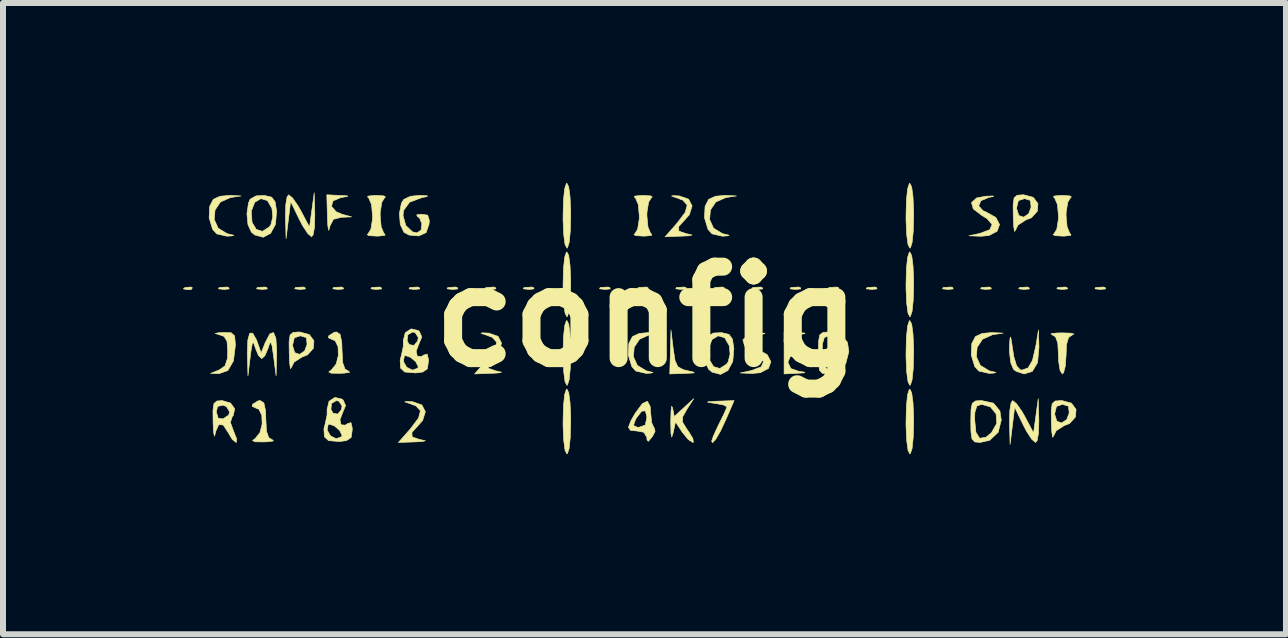
<source format=kicad_pcb>
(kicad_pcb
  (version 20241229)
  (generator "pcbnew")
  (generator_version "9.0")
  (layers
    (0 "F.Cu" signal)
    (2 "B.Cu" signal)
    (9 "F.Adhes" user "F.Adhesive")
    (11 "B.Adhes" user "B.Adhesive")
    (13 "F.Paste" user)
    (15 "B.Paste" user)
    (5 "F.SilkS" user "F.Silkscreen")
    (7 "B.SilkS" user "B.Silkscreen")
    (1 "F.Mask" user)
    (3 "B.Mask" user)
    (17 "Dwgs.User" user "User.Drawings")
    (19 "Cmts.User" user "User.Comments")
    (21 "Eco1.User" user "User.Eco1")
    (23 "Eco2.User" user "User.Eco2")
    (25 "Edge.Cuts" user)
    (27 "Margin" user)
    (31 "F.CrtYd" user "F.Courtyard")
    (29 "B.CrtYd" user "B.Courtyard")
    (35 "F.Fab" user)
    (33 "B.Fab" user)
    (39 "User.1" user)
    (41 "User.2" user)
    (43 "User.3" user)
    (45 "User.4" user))
  (footprint "config"
    (layer "F.Cu")
    (at 7.73 2.228)
    (property "Reference" "config" (at 0 0 0) (layer "F.SilkS") (effects (font (size 1.524 1.524) (thickness 0.3))))
    (attr through_hole)
    (fp_poly (pts (xy -7.574 -0.483) (xy -7.593 -0.454) (xy -7.657 -0.45) (xy -7.725 -0.465) (xy -7.695 -0.488) (xy -7.596 -0.495) (xy -7.574 -0.483)) (stroke (width 0.01) (type solid)) (fill yes) (layer "F.SilkS"))
    (fp_poly (pts (xy -6.969 -0.487) (xy -6.961 -0.463) (xy -7.048 -0.455) (xy -7.139 -0.465) (xy -7.128 -0.487) (xy -6.998 -0.495) (xy -6.969 -0.487)) (stroke (width 0.01) (type solid)) (fill yes) (layer "F.SilkS"))
    (fp_poly (pts (xy -6.334 -0.487) (xy -6.326 -0.463) (xy -6.413 -0.455) (xy -6.504 -0.465) (xy -6.493 -0.487) (xy -6.363 -0.495) (xy -6.334 -0.487)) (stroke (width 0.01) (type solid)) (fill yes) (layer "F.SilkS"))
    (fp_poly (pts (xy -5.699 -0.487) (xy -5.691 -0.463) (xy -5.779 -0.455) (xy -5.869 -0.465) (xy -5.858 -0.487) (xy -5.728 -0.495) (xy -5.699 -0.487)) (stroke (width 0.01) (type solid)) (fill yes) (layer "F.SilkS"))
    (fp_poly (pts (xy -5.064 -0.487) (xy -5.056 -0.463) (xy -5.144 -0.455) (xy -5.234 -0.465) (xy -5.223 -0.487) (xy -5.093 -0.495) (xy -5.064 -0.487)) (stroke (width 0.01) (type solid)) (fill yes) (layer "F.SilkS"))
    (fp_poly (pts (xy -4.429 -0.487) (xy -4.421 -0.463) (xy -4.508 -0.455) (xy -4.599 -0.465) (xy -4.588 -0.487) (xy -4.458 -0.495) (xy -4.429 -0.487)) (stroke (width 0.01) (type solid)) (fill yes) (layer "F.SilkS"))
    (fp_poly (pts (xy -3.794 -0.487) (xy -3.786 -0.463) (xy -3.873 -0.455) (xy -3.964 -0.465) (xy -3.953 -0.487) (xy -3.823 -0.495) (xy -3.794 -0.487)) (stroke (width 0.01) (type solid)) (fill yes) (layer "F.SilkS"))
    (fp_poly (pts (xy -3.159 -0.487) (xy -3.151 -0.463) (xy -3.239 -0.455) (xy -3.329 -0.465) (xy -3.318 -0.487) (xy -3.188 -0.495) (xy -3.159 -0.487)) (stroke (width 0.01) (type solid)) (fill yes) (layer "F.SilkS"))
    (fp_poly (pts (xy -2.524 -0.487) (xy -2.516 -0.463) (xy -2.603 -0.455) (xy -2.694 -0.465) (xy -2.683 -0.487) (xy -2.553 -0.495) (xy -2.524 -0.487)) (stroke (width 0.01) (type solid)) (fill yes) (layer "F.SilkS"))
    (fp_poly (pts (xy -1.889 -0.487) (xy -1.881 -0.463) (xy -1.968 -0.455) (xy -2.059 -0.465) (xy -2.048 -0.487) (xy -1.918 -0.495) (xy -1.889 -0.487)) (stroke (width 0.01) (type solid)) (fill yes) (layer "F.SilkS"))
    (fp_poly (pts (xy -0.619 -0.487) (xy -0.611 -0.463) (xy -0.699 -0.455) (xy -0.789 -0.465) (xy -0.778 -0.487) (xy -0.648 -0.495) (xy -0.619 -0.487)) (stroke (width 0.01) (type solid)) (fill yes) (layer "F.SilkS"))
    (fp_poly (pts (xy 0.016 -0.487) (xy 0.024 -0.463) (xy -0.064 -0.455) (xy -0.154 -0.465) (xy -0.143 -0.487) (xy -0.013 -0.495) (xy 0.016 -0.487)) (stroke (width 0.01) (type solid)) (fill yes) (layer "F.SilkS"))
    (fp_poly (pts (xy 0.651 -0.487) (xy 0.659 -0.463) (xy 0.572 -0.455) (xy 0.481 -0.465) (xy 0.492 -0.487) (xy 0.622 -0.495) (xy 0.651 -0.487)) (stroke (width 0.01) (type solid)) (fill yes) (layer "F.SilkS"))
    (fp_poly (pts (xy 1.286 -0.487) (xy 1.294 -0.463) (xy 1.206 -0.455) (xy 1.116 -0.465) (xy 1.127 -0.487) (xy 1.257 -0.495) (xy 1.286 -0.487)) (stroke (width 0.01) (type solid)) (fill yes) (layer "F.SilkS"))
    (fp_poly (pts (xy 1.921 -0.487) (xy 1.929 -0.463) (xy 1.841 -0.455) (xy 1.751 -0.465) (xy 1.762 -0.487) (xy 1.892 -0.495) (xy 1.921 -0.487)) (stroke (width 0.01) (type solid)) (fill yes) (layer "F.SilkS"))
    (fp_poly (pts (xy 2.556 -0.487) (xy 2.564 -0.463) (xy 2.477 -0.455) (xy 2.386 -0.465) (xy 2.397 -0.487) (xy 2.527 -0.495) (xy 2.556 -0.487)) (stroke (width 0.01) (type solid)) (fill yes) (layer "F.SilkS"))
    (fp_poly (pts (xy 3.191 -0.487) (xy 3.199 -0.463) (xy 3.111 -0.455) (xy 3.021 -0.465) (xy 3.032 -0.487) (xy 3.162 -0.495) (xy 3.191 -0.487)) (stroke (width 0.01) (type solid)) (fill yes) (layer "F.SilkS"))
    (fp_poly (pts (xy 3.826 -0.487) (xy 3.834 -0.463) (xy 3.747 -0.455) (xy 3.656 -0.465) (xy 3.667 -0.487) (xy 3.797 -0.495) (xy 3.826 -0.487)) (stroke (width 0.01) (type solid)) (fill yes) (layer "F.SilkS"))
    (fp_poly (pts (xy 5.096 -0.487) (xy 5.104 -0.463) (xy 5.016 -0.455) (xy 4.926 -0.465) (xy 4.937 -0.487) (xy 5.067 -0.495) (xy 5.096 -0.487)) (stroke (width 0.01) (type solid)) (fill yes) (layer "F.SilkS"))
    (fp_poly (pts (xy 5.731 -0.487) (xy 5.739 -0.463) (xy 5.652 -0.455) (xy 5.561 -0.465) (xy 5.572 -0.487) (xy 5.702 -0.495) (xy 5.731 -0.487)) (stroke (width 0.01) (type solid)) (fill yes) (layer "F.SilkS"))
    (fp_poly (pts (xy 6.366 -0.487) (xy 6.374 -0.463) (xy 6.287 -0.455) (xy 6.196 -0.465) (xy 6.207 -0.487) (xy 6.337 -0.495) (xy 6.366 -0.487)) (stroke (width 0.01) (type solid)) (fill yes) (layer "F.SilkS"))
    (fp_poly (pts (xy 7.001 -0.487) (xy 7.009 -0.463) (xy 6.921 -0.455) (xy 6.831 -0.465) (xy 6.842 -0.487) (xy 6.972 -0.495) (xy 7.001 -0.487)) (stroke (width 0.01) (type solid)) (fill yes) (layer "F.SilkS"))
    (fp_poly (pts (xy 7.636 -0.487) (xy 7.644 -0.463) (xy 7.556 -0.455) (xy 7.466 -0.465) (xy 7.477 -0.487) (xy 7.607 -0.495) (xy 7.636 -0.487)) (stroke (width 0.01) (type solid)) (fill yes) (layer "F.SilkS"))
    (fp_poly (pts (xy 0.439 0.539) (xy 0.469 0.731) (xy 0.515 0.832) (xy 0.602 0.881) (xy 0.667 0.897) (xy 0.782 0.924) (xy 0.787 0.936) (xy 0.674 0.943) (xy 0.619 0.945) (xy 0.381 0.953) (xy 0.401 0.222) (xy 0.439 0.539)) (stroke (width 0.01) (type solid)) (fill yes) (layer "F.SilkS"))
    (fp_poly (pts (xy -1.303 -2.163) (xy -1.281 -1.999) (xy -1.27 -1.752) (xy -1.27 -1.683) (xy -1.277 -1.42) (xy -1.296 -1.234) (xy -1.325 -1.147) (xy -1.333 -1.143) (xy -1.364 -1.203) (xy -1.386 -1.367) (xy -1.397 -1.613) (xy -1.397 -1.683) (xy -1.39 -1.946) (xy -1.371 -2.132) (xy -1.342 -2.219) (xy -1.333 -2.223) (xy -1.303 -2.163)) (stroke (width 0.01) (type solid)) (fill yes) (layer "F.SilkS"))
    (fp_poly (pts (xy -1.303 -1.02) (xy -1.281 -0.856) (xy -1.27 -0.609) (xy -1.27 -0.54) (xy -1.277 -0.277) (xy -1.296 -0.091) (xy -1.325 -0.004) (xy -1.333 0) (xy -1.364 -0.06) (xy -1.386 -0.224) (xy -1.397 -0.47) (xy -1.397 -0.54) (xy -1.39 -0.803) (xy -1.371 -0.989) (xy -1.342 -1.076) (xy -1.333 -1.079) (xy -1.303 -1.02)) (stroke (width 0.01) (type solid)) (fill yes) (layer "F.SilkS"))
    (fp_poly (pts (xy -1.303 0.123) (xy -1.281 0.287) (xy -1.27 0.534) (xy -1.27 0.603) (xy -1.277 0.866) (xy -1.296 1.052) (xy -1.325 1.139) (xy -1.333 1.143) (xy -1.364 1.083) (xy -1.386 0.919) (xy -1.397 0.673) (xy -1.397 0.603) (xy -1.39 0.34) (xy -1.371 0.154) (xy -1.342 0.067) (xy -1.333 0.064) (xy -1.303 0.123)) (stroke (width 0.01) (type solid)) (fill yes) (layer "F.SilkS"))
    (fp_poly (pts (xy -1.303 1.266) (xy -1.281 1.43) (xy -1.27 1.677) (xy -1.27 1.746) (xy -1.277 2.009) (xy -1.296 2.195) (xy -1.325 2.282) (xy -1.333 2.286) (xy -1.364 2.226) (xy -1.386 2.062) (xy -1.397 1.816) (xy -1.397 1.746) (xy -1.39 1.483) (xy -1.371 1.297) (xy -1.342 1.21) (xy -1.333 1.206) (xy -1.303 1.266)) (stroke (width 0.01) (type solid)) (fill yes) (layer "F.SilkS"))
    (fp_poly (pts (xy 4.412 -2.163) (xy 4.434 -1.999) (xy 4.445 -1.752) (xy 4.445 -1.683) (xy 4.438 -1.42) (xy 4.419 -1.234) (xy 4.39 -1.147) (xy 4.381 -1.143) (xy 4.351 -1.203) (xy 4.329 -1.367) (xy 4.318 -1.613) (xy 4.318 -1.683) (xy 4.325 -1.946) (xy 4.344 -2.132) (xy 4.373 -2.219) (xy 4.381 -2.223) (xy 4.412 -2.163)) (stroke (width 0.01) (type solid)) (fill yes) (layer "F.SilkS"))
    (fp_poly (pts (xy 4.412 -1.02) (xy 4.434 -0.856) (xy 4.445 -0.609) (xy 4.445 -0.54) (xy 4.438 -0.277) (xy 4.419 -0.091) (xy 4.39 -0.004) (xy 4.381 0) (xy 4.351 -0.06) (xy 4.329 -0.224) (xy 4.318 -0.47) (xy 4.318 -0.54) (xy 4.325 -0.803) (xy 4.344 -0.989) (xy 4.373 -1.076) (xy 4.381 -1.079) (xy 4.412 -1.02)) (stroke (width 0.01) (type solid)) (fill yes) (layer "F.SilkS"))
    (fp_poly (pts (xy 4.412 0.123) (xy 4.434 0.287) (xy 4.445 0.534) (xy 4.445 0.603) (xy 4.438 0.866) (xy 4.419 1.052) (xy 4.39 1.139) (xy 4.381 1.143) (xy 4.351 1.083) (xy 4.329 0.919) (xy 4.318 0.673) (xy 4.318 0.603) (xy 4.325 0.34) (xy 4.344 0.154) (xy 4.373 0.067) (xy 4.381 0.064) (xy 4.412 0.123)) (stroke (width 0.01) (type solid)) (fill yes) (layer "F.SilkS"))
    (fp_poly (pts (xy 4.412 1.266) (xy 4.434 1.43) (xy 4.445 1.677) (xy 4.445 1.746) (xy 4.438 2.009) (xy 4.419 2.195) (xy 4.39 2.282) (xy 4.381 2.286) (xy 4.351 2.226) (xy 4.329 2.062) (xy 4.318 1.816) (xy 4.318 1.746) (xy 4.325 1.483) (xy 4.344 1.297) (xy 4.373 1.21) (xy 4.381 1.206) (xy 4.412 1.266)) (stroke (width 0.01) (type solid)) (fill yes) (layer "F.SilkS"))
    (fp_poly (pts (xy -6.763 -2.013) (xy -6.941 -1.986) (xy -7.107 -1.912) (xy -7.197 -1.777) (xy -7.21 -1.619) (xy -7.144 -1.475) (xy -6.997 -1.385) (xy -6.969 -1.378) (xy -6.884 -1.358) (xy -6.916 -1.347) (xy -6.999 -1.342) (xy -7.169 -1.381) (xy -7.237 -1.456) (xy -7.295 -1.648) (xy -7.286 -1.839) (xy -7.226 -1.956) (xy -7.112 -2.008) (xy -6.956 -2.022) (xy -6.763 -2.013)) (stroke (width 0.01) (type solid)) (fill yes) (layer "F.SilkS"))
    (fp_poly (pts (xy -5.128 -2.022) (xy -4.996 -2.015) (xy -4.986 -2.005) (xy -5.092 -1.987) (xy -5.1 -1.986) (xy -5.231 -1.93) (xy -5.256 -1.84) (xy -5.179 -1.75) (xy -5.08 -1.708) (xy -4.921 -1.664) (xy -5.092 -1.657) (xy -5.224 -1.624) (xy -5.282 -1.512) (xy -5.289 -1.476) (xy -5.303 -1.439) (xy -5.317 -1.513) (xy -5.324 -1.667) (xy -5.334 -2.032) (xy -5.128 -2.022)) (stroke (width 0.01) (type solid)) (fill yes) (layer "F.SilkS"))
    (fp_poly (pts (xy 0.222 0.273) (xy 0.044 0.3) (xy -0.122 0.374) (xy -0.212 0.509) (xy -0.225 0.667) (xy -0.159 0.811) (xy -0.012 0.901) (xy 0.016 0.908) (xy 0.101 0.928) (xy 0.069 0.939) (xy -0.014 0.944) (xy -0.184 0.905) (xy -0.252 0.83) (xy -0.31 0.638) (xy -0.301 0.447) (xy -0.241 0.33) (xy -0.127 0.278) (xy 0.029 0.264) (xy 0.222 0.273)) (stroke (width 0.01) (type solid)) (fill yes) (layer "F.SilkS"))
    (fp_poly (pts (xy 1.492 -2.013) (xy 1.314 -1.986) (xy 1.148 -1.912) (xy 1.058 -1.777) (xy 1.045 -1.619) (xy 1.111 -1.475) (xy 1.258 -1.385) (xy 1.286 -1.378) (xy 1.371 -1.358) (xy 1.339 -1.347) (xy 1.256 -1.342) (xy 1.086 -1.381) (xy 1.018 -1.456) (xy 0.96 -1.648) (xy 0.969 -1.839) (xy 1.029 -1.956) (xy 1.143 -2.008) (xy 1.299 -2.022) (xy 1.492 -2.013)) (stroke (width 0.01) (type solid)) (fill yes) (layer "F.SilkS"))
    (fp_poly (pts (xy 5.937 0.273) (xy 5.759 0.3) (xy 5.593 0.374) (xy 5.503 0.509) (xy 5.49 0.667) (xy 5.556 0.811) (xy 5.703 0.901) (xy 5.731 0.908) (xy 5.816 0.928) (xy 5.784 0.939) (xy 5.701 0.944) (xy 5.531 0.905) (xy 5.463 0.83) (xy 5.405 0.638) (xy 5.414 0.447) (xy 5.474 0.33) (xy 5.588 0.278) (xy 5.744 0.264) (xy 5.937 0.273)) (stroke (width 0.01) (type solid)) (fill yes) (layer "F.SilkS"))
    (fp_poly (pts (xy 7.066 0.274) (xy 7.117 0.288) (xy 7.096 0.298) (xy 7.026 0.346) (xy 6.992 0.463) (xy 6.985 0.64) (xy 6.973 0.819) (xy 6.944 0.932) (xy 6.921 0.953) (xy 6.885 0.895) (xy 6.862 0.75) (xy 6.858 0.64) (xy 6.847 0.44) (xy 6.809 0.335) (xy 6.747 0.298) (xy 6.735 0.281) (xy 6.829 0.271) (xy 6.921 0.269) (xy 7.066 0.274)) (stroke (width 0.01) (type solid)) (fill yes) (layer "F.SilkS"))
    (fp_poly (pts (xy -6.927 0.267) (xy -6.87 0.32) (xy -6.858 0.459) (xy -6.858 0.48) (xy -6.89 0.736) (xy -6.983 0.896) (xy -7.129 0.948) (xy -7.13 0.948) (xy -7.271 0.944) (xy -7.128 0.887) (xy -7.031 0.82) (xy -6.99 0.697) (xy -6.985 0.578) (xy -6.997 0.409) (xy -7.047 0.328) (xy -7.128 0.299) (xy -7.193 0.279) (xy -7.138 0.267) (xy -7.064 0.263) (xy -6.927 0.267)) (stroke (width 0.01) (type solid)) (fill yes) (layer "F.SilkS"))
    (fp_poly (pts (xy -5.534 -1.699) (xy -5.539 -1.493) (xy -5.563 -1.363) (xy -5.589 -1.333) (xy -5.651 -1.386) (xy -5.739 -1.52) (xy -5.795 -1.628) (xy -5.937 -1.922) (xy -6.013 -1.302) (xy -6.023 -1.667) (xy -6.018 -1.865) (xy -5.996 -1.997) (xy -5.97 -2.032) (xy -5.907 -1.981) (xy -5.815 -1.85) (xy -5.765 -1.762) (xy -5.622 -1.492) (xy -5.583 -1.778) (xy -5.544 -2.064) (xy -5.534 -1.699)) (stroke (width 0.01) (type solid)) (fill yes) (layer "F.SilkS"))
    (fp_poly (pts (xy 1.322 1.699) (xy 1.226 1.905) (xy 1.145 2.045) (xy 1.093 2.1) (xy 1.079 2.074) (xy 1.106 1.993) (xy 1.173 1.845) (xy 1.206 1.778) (xy 1.284 1.62) (xy 1.329 1.516) (xy 1.333 1.499) (xy 1.278 1.471) (xy 1.143 1.445) (xy 1.127 1.443) (xy 1.015 1.427) (xy 1.015 1.417) (xy 1.133 1.409) (xy 1.187 1.407) (xy 1.453 1.397) (xy 1.322 1.699)) (stroke (width 0.01) (type solid)) (fill yes) (layer "F.SilkS"))
    (fp_poly (pts (xy 6.531 1.73) (xy 6.526 1.936) (xy 6.502 2.066) (xy 6.476 2.095) (xy 6.414 2.043) (xy 6.326 1.909) (xy 6.27 1.801) (xy 6.128 1.507) (xy 6.052 2.127) (xy 6.042 1.762) (xy 6.047 1.564) (xy 6.069 1.432) (xy 6.095 1.397) (xy 6.158 1.448) (xy 6.25 1.579) (xy 6.3 1.667) (xy 6.443 1.937) (xy 6.482 1.651) (xy 6.521 1.365) (xy 6.531 1.73)) (stroke (width 0.01) (type solid)) (fill yes) (layer "F.SilkS"))
    (fp_poly (pts (xy -3.905 1.416) (xy -3.75 1.47) (xy -3.692 1.583) (xy -3.737 1.728) (xy -3.807 1.807) (xy -3.916 1.928) (xy -3.912 2.002) (xy -3.791 2.045) (xy -3.762 2.05) (xy -3.692 2.067) (xy -3.747 2.08) (xy -3.864 2.086) (xy -4.141 2.095) (xy -3.94 1.867) (xy -3.806 1.689) (xy -3.774 1.568) (xy -3.846 1.487) (xy -3.942 1.45) (xy -4.034 1.419) (xy -4.013 1.411) (xy -3.905 1.416)) (stroke (width 0.01) (type solid)) (fill yes) (layer "F.SilkS"))
    (fp_poly (pts (xy -2.635 0.273) (xy -2.48 0.327) (xy -2.422 0.44) (xy -2.467 0.585) (xy -2.537 0.664) (xy -2.646 0.785) (xy -2.642 0.859) (xy -2.521 0.902) (xy -2.492 0.907) (xy -2.422 0.924) (xy -2.477 0.937) (xy -2.594 0.943) (xy -2.871 0.953) (xy -2.67 0.724) (xy -2.536 0.546) (xy -2.504 0.425) (xy -2.576 0.344) (xy -2.672 0.307) (xy -2.764 0.276) (xy -2.743 0.268) (xy -2.635 0.273)) (stroke (width 0.01) (type solid)) (fill yes) (layer "F.SilkS"))
    (fp_poly (pts (xy 0.54 -2.013) (xy 0.695 -1.959) (xy 0.753 -1.846) (xy 0.708 -1.701) (xy 0.638 -1.622) (xy 0.529 -1.501) (xy 0.533 -1.427) (xy 0.654 -1.384) (xy 0.683 -1.379) (xy 0.753 -1.362) (xy 0.698 -1.349) (xy 0.581 -1.343) (xy 0.304 -1.333) (xy 0.505 -1.562) (xy 0.639 -1.74) (xy 0.671 -1.861) (xy 0.599 -1.942) (xy 0.503 -1.979) (xy 0.411 -2.01) (xy 0.432 -2.018) (xy 0.54 -2.013)) (stroke (width 0.01) (type solid)) (fill yes) (layer "F.SilkS"))
    (fp_poly (pts (xy -6.383 1.436) (xy -6.355 1.565) (xy -6.35 1.71) (xy -6.339 1.91) (xy -6.301 2.015) (xy -6.239 2.052) (xy -6.224 2.07) (xy -6.314 2.083) (xy -6.382 2.086) (xy -6.532 2.084) (xy -6.571 2.063) (xy -6.525 2.027) (xy -6.448 1.931) (xy -6.412 1.788) (xy -6.417 1.643) (xy -6.465 1.543) (xy -6.512 1.524) (xy -6.578 1.493) (xy -6.572 1.46) (xy -6.48 1.402) (xy -6.442 1.397) (xy -6.383 1.436)) (stroke (width 0.01) (type solid)) (fill yes) (layer "F.SilkS"))
    (fp_poly (pts (xy -5.113 0.293) (xy -5.085 0.422) (xy -5.08 0.567) (xy -5.069 0.767) (xy -5.031 0.872) (xy -4.969 0.909) (xy -4.954 0.927) (xy -5.044 0.94) (xy -5.112 0.943) (xy -5.262 0.941) (xy -5.301 0.92) (xy -5.255 0.884) (xy -5.178 0.788) (xy -5.142 0.645) (xy -5.147 0.5) (xy -5.195 0.4) (xy -5.242 0.381) (xy -5.308 0.35) (xy -5.302 0.318) (xy -5.21 0.259) (xy -5.172 0.254) (xy -5.113 0.293)) (stroke (width 0.01) (type solid)) (fill yes) (layer "F.SilkS"))
    (fp_poly (pts (xy 2.492 0.264) (xy 2.624 0.271) (xy 2.634 0.281) (xy 2.528 0.299) (xy 2.52 0.3) (xy 2.389 0.356) (xy 2.364 0.446) (xy 2.441 0.536) (xy 2.54 0.578) (xy 2.699 0.622) (xy 2.524 0.629) (xy 2.39 0.66) (xy 2.35 0.754) (xy 2.349 0.758) (xy 2.398 0.863) (xy 2.524 0.907) (xy 2.631 0.925) (xy 2.622 0.935) (xy 2.492 0.943) (xy 2.286 0.953) (xy 2.286 0.254) (xy 2.492 0.264)) (stroke (width 0.01) (type solid)) (fill yes) (layer "F.SilkS"))
    (fp_poly (pts (xy 6.533 0.511) (xy 6.51 0.764) (xy 6.423 0.91) (xy 6.287 0.953) (xy 6.153 0.91) (xy 6.109 0.876) (xy 6.064 0.77) (xy 6.042 0.592) (xy 6.042 0.511) (xy 6.05 0.363) (xy 6.062 0.339) (xy 6.075 0.413) (xy 6.115 0.669) (xy 6.161 0.819) (xy 6.219 0.883) (xy 6.252 0.889) (xy 6.352 0.852) (xy 6.425 0.727) (xy 6.479 0.496) (xy 6.483 0.476) (xy 6.525 0.222) (xy 6.533 0.511)) (stroke (width 0.01) (type solid)) (fill yes) (layer "F.SilkS"))
    (fp_poly (pts (xy 1.962 0.283) (xy 1.889 0.297) (xy 1.755 0.353) (xy 1.719 0.439) (xy 1.79 0.519) (xy 1.836 0.538) (xy 2.005 0.632) (xy 2.066 0.75) (xy 2.026 0.861) (xy 1.89 0.933) (xy 1.754 0.945) (xy 1.556 0.937) (xy 1.741 0.897) (xy 1.904 0.835) (xy 1.942 0.749) (xy 1.856 0.649) (xy 1.778 0.603) (xy 1.629 0.49) (xy 1.599 0.384) (xy 1.685 0.306) (xy 1.842 0.277) (xy 1.964 0.274) (xy 1.962 0.283)) (stroke (width 0.01) (type solid)) (fill yes) (layer "F.SilkS"))
    (fp_poly (pts (xy 5.772 -2.003) (xy 5.699 -1.989) (xy 5.565 -1.933) (xy 5.529 -1.847) (xy 5.6 -1.767) (xy 5.646 -1.748) (xy 5.815 -1.654) (xy 5.876 -1.536) (xy 5.836 -1.425) (xy 5.7 -1.353) (xy 5.564 -1.341) (xy 5.366 -1.349) (xy 5.551 -1.389) (xy 5.714 -1.451) (xy 5.752 -1.537) (xy 5.666 -1.637) (xy 5.588 -1.683) (xy 5.439 -1.796) (xy 5.409 -1.902) (xy 5.495 -1.98) (xy 5.652 -2.009) (xy 5.774 -2.012) (xy 5.772 -2.003)) (stroke (width 0.01) (type solid)) (fill yes) (layer "F.SilkS"))
    (fp_poly (pts (xy 0.666 1.543) (xy 0.596 1.667) (xy 0.594 1.757) (xy 0.666 1.874) (xy 0.691 1.908) (xy 0.765 2.028) (xy 0.775 2.092) (xy 0.765 2.095) (xy 0.69 2.047) (xy 0.594 1.931) (xy 0.589 1.924) (xy 0.476 1.752) (xy 0.436 1.94) (xy 0.414 2.004) (xy 0.401 1.946) (xy 0.397 1.762) (xy 0.397 1.746) (xy 0.402 1.573) (xy 0.412 1.491) (xy 0.427 1.514) (xy 0.455 1.663) (xy 0.618 1.514) (xy 0.78 1.365) (xy 0.666 1.543)) (stroke (width 0.01) (type solid)) (fill yes) (layer "F.SilkS"))
    (fp_poly (pts (xy -4.385 -2.014) (xy -4.355 -1.996) (xy -4.366 -1.99) (xy -4.417 -1.909) (xy -4.444 -1.74) (xy -4.445 -1.683) (xy -4.428 -1.497) (xy -4.382 -1.387) (xy -4.366 -1.376) (xy -4.367 -1.355) (xy -4.469 -1.344) (xy -4.508 -1.344) (xy -4.632 -1.351) (xy -4.662 -1.37) (xy -4.651 -1.376) (xy -4.6 -1.457) (xy -4.573 -1.625) (xy -4.572 -1.683) (xy -4.589 -1.869) (xy -4.635 -1.978) (xy -4.651 -1.99) (xy -4.65 -2.01) (xy -4.548 -2.021) (xy -4.508 -2.022) (xy -4.385 -2.014)) (stroke (width 0.01) (type solid)) (fill yes) (layer "F.SilkS"))
    (fp_poly (pts (xy 0.06 -2.014) (xy 0.09 -1.996) (xy 0.079 -1.99) (xy 0.028 -1.909) (xy 0.001 -1.74) (xy 0 -1.683) (xy 0.017 -1.497) (xy 0.063 -1.387) (xy 0.079 -1.376) (xy 0.078 -1.355) (xy -0.024 -1.344) (xy -0.064 -1.344) (xy -0.187 -1.351) (xy -0.217 -1.37) (xy -0.206 -1.376) (xy -0.155 -1.457) (xy -0.128 -1.625) (xy -0.127 -1.683) (xy -0.144 -1.869) (xy -0.19 -1.978) (xy -0.206 -1.99) (xy -0.205 -2.01) (xy -0.103 -2.021) (xy -0.064 -2.022) (xy 0.06 -2.014)) (stroke (width 0.01) (type solid)) (fill yes) (layer "F.SilkS"))
    (fp_poly (pts (xy 7.045 -2.014) (xy 7.075 -1.996) (xy 7.064 -1.99) (xy 7.013 -1.909) (xy 6.986 -1.74) (xy 6.985 -1.683) (xy 7.002 -1.497) (xy 7.048 -1.387) (xy 7.064 -1.376) (xy 7.063 -1.355) (xy 6.961 -1.344) (xy 6.921 -1.344) (xy 6.798 -1.351) (xy 6.768 -1.37) (xy 6.779 -1.376) (xy 6.83 -1.457) (xy 6.857 -1.625) (xy 6.858 -1.683) (xy 6.841 -1.869) (xy 6.795 -1.978) (xy 6.779 -1.99) (xy 6.78 -2.01) (xy 6.882 -2.021) (xy 6.921 -2.022) (xy 7.045 -2.014)) (stroke (width 0.01) (type solid)) (fill yes) (layer "F.SilkS"))
    (fp_poly (pts (xy -6.252 -1.992) (xy -6.195 -1.914) (xy -6.171 -1.758) (xy -6.189 -1.54) (xy -6.27 -1.39) (xy -6.392 -1.325) (xy -6.534 -1.362) (xy -6.591 -1.41) (xy -6.648 -1.535) (xy -6.665 -1.717) (xy -6.659 -1.758) (xy -6.593 -1.758) (xy -6.58 -1.572) (xy -6.509 -1.455) (xy -6.406 -1.423) (xy -6.294 -1.495) (xy -6.266 -1.534) (xy -6.234 -1.665) (xy -6.248 -1.804) (xy -6.323 -1.935) (xy -6.432 -1.968) (xy -6.535 -1.907) (xy -6.593 -1.758) (xy -6.659 -1.758) (xy -6.64 -1.893) (xy -6.612 -1.958) (xy -6.513 -2.014) (xy -6.375 -2.021) (xy -6.252 -1.992)) (stroke (width 0.01) (type solid)) (fill yes) (layer "F.SilkS"))
    (fp_poly (pts (xy -6.183 0.357) (xy -6.169 0.561) (xy -6.169 0.619) (xy -6.179 0.984) (xy -6.22 0.667) (xy -6.246 0.488) (xy -6.267 0.423) (xy -6.291 0.458) (xy -6.312 0.524) (xy -6.366 0.65) (xy -6.419 0.699) (xy -6.474 0.645) (xy -6.523 0.524) (xy -6.553 0.435) (xy -6.574 0.44) (xy -6.595 0.552) (xy -6.61 0.667) (xy -6.648 0.984) (xy -6.658 0.619) (xy -6.651 0.394) (xy -6.62 0.276) (xy -6.57 0.272) (xy -6.505 0.388) (xy -6.49 0.429) (xy -6.429 0.603) (xy -6.359 0.429) (xy -6.283 0.285) (xy -6.223 0.263) (xy -6.183 0.357)) (stroke (width 0.01) (type solid)) (fill yes) (layer "F.SilkS"))
    (fp_poly (pts (xy -5.626 0.297) (xy -5.549 0.401) (xy -5.558 0.526) (xy -5.655 0.635) (xy -5.75 0.673) (xy -5.88 0.757) (xy -5.925 0.847) (xy -5.94 0.865) (xy -5.953 0.775) (xy -5.96 0.619) (xy -5.962 0.481) (xy -5.905 0.481) (xy -5.869 0.598) (xy -5.788 0.627) (xy -5.704 0.57) (xy -5.663 0.46) (xy -5.675 0.348) (xy -5.774 0.318) (xy -5.774 0.318) (xy -5.875 0.351) (xy -5.905 0.473) (xy -5.905 0.481) (xy -5.962 0.481) (xy -5.962 0.414) (xy -5.946 0.305) (xy -5.897 0.262) (xy -5.801 0.254) (xy -5.785 0.254) (xy -5.626 0.297)) (stroke (width 0.01) (type solid)) (fill yes) (layer "F.SilkS"))
    (fp_poly (pts (xy 1.368 0.294) (xy 1.425 0.372) (xy 1.449 0.528) (xy 1.431 0.746) (xy 1.35 0.896) (xy 1.228 0.961) (xy 1.086 0.924) (xy 1.029 0.876) (xy 0.972 0.751) (xy 0.955 0.569) (xy 0.961 0.528) (xy 1.027 0.528) (xy 1.04 0.714) (xy 1.111 0.831) (xy 1.214 0.863) (xy 1.326 0.791) (xy 1.354 0.752) (xy 1.386 0.621) (xy 1.372 0.482) (xy 1.297 0.351) (xy 1.188 0.318) (xy 1.085 0.379) (xy 1.027 0.528) (xy 0.961 0.528) (xy 0.98 0.393) (xy 1.008 0.328) (xy 1.107 0.272) (xy 1.245 0.265) (xy 1.368 0.294)) (stroke (width 0.01) (type solid)) (fill yes) (layer "F.SilkS"))
    (fp_poly (pts (xy 3.235 0.297) (xy 3.342 0.427) (xy 3.365 0.58) (xy 3.313 0.783) (xy 3.172 0.916) (xy 3.012 0.953) (xy 2.923 0.943) (xy 2.877 0.893) (xy 2.86 0.772) (xy 2.857 0.603) (xy 2.858 0.561) (xy 2.921 0.561) (xy 2.942 0.782) (xy 3.005 0.883) (xy 3.111 0.864) (xy 3.202 0.789) (xy 3.29 0.634) (xy 3.279 0.477) (xy 3.184 0.359) (xy 3.035 0.318) (xy 2.958 0.345) (xy 2.925 0.45) (xy 2.921 0.561) (xy 2.858 0.561) (xy 2.861 0.404) (xy 2.882 0.3) (xy 2.937 0.26) (xy 3.035 0.254) (xy 3.235 0.297)) (stroke (width 0.01) (type solid)) (fill yes) (layer "F.SilkS"))
    (fp_poly (pts (xy 5.775 1.44) (xy 5.882 1.57) (xy 5.905 1.723) (xy 5.853 1.926) (xy 5.712 2.059) (xy 5.552 2.095) (xy 5.463 2.086) (xy 5.417 2.036) (xy 5.4 1.915) (xy 5.397 1.746) (xy 5.398 1.704) (xy 5.461 1.704) (xy 5.482 1.925) (xy 5.545 2.026) (xy 5.651 2.007) (xy 5.742 1.932) (xy 5.83 1.777) (xy 5.819 1.62) (xy 5.724 1.502) (xy 5.575 1.46) (xy 5.498 1.488) (xy 5.465 1.593) (xy 5.461 1.704) (xy 5.398 1.704) (xy 5.401 1.547) (xy 5.422 1.443) (xy 5.477 1.403) (xy 5.575 1.397) (xy 5.775 1.44)) (stroke (width 0.01) (type solid)) (fill yes) (layer "F.SilkS"))
    (fp_poly (pts (xy 6.439 -1.989) (xy 6.516 -1.885) (xy 6.507 -1.76) (xy 6.41 -1.651) (xy 6.315 -1.613) (xy 6.185 -1.529) (xy 6.14 -1.439) (xy 6.125 -1.421) (xy 6.112 -1.511) (xy 6.105 -1.667) (xy 6.103 -1.805) (xy 6.16 -1.805) (xy 6.196 -1.688) (xy 6.277 -1.659) (xy 6.361 -1.716) (xy 6.402 -1.826) (xy 6.39 -1.938) (xy 6.292 -1.968) (xy 6.291 -1.968) (xy 6.19 -1.935) (xy 6.16 -1.813) (xy 6.16 -1.805) (xy 6.103 -1.805) (xy 6.103 -1.872) (xy 6.119 -1.981) (xy 6.168 -2.024) (xy 6.264 -2.032) (xy 6.28 -2.032) (xy 6.439 -1.989)) (stroke (width 0.01) (type solid)) (fill yes) (layer "F.SilkS"))
    (fp_poly (pts (xy 7.074 1.44) (xy 7.151 1.544) (xy 7.142 1.669) (xy 7.045 1.778) (xy 6.95 1.816) (xy 6.82 1.9) (xy 6.775 1.99) (xy 6.76 2.008) (xy 6.747 1.918) (xy 6.74 1.762) (xy 6.738 1.624) (xy 6.795 1.624) (xy 6.831 1.741) (xy 6.912 1.77) (xy 6.996 1.713) (xy 7.037 1.603) (xy 7.025 1.491) (xy 6.926 1.46) (xy 6.926 1.46) (xy 6.825 1.494) (xy 6.795 1.616) (xy 6.795 1.624) (xy 6.738 1.624) (xy 6.738 1.557) (xy 6.754 1.448) (xy 6.803 1.405) (xy 6.899 1.397) (xy 6.915 1.397) (xy 7.074 1.44)) (stroke (width 0.01) (type solid)) (fill yes) (layer "F.SilkS"))
    (fp_poly (pts (xy -3.66 -2.015) (xy -3.66 -2.003) (xy -3.747 -1.986) (xy -3.954 -1.909) (xy -4.053 -1.774) (xy -4.064 -1.688) (xy -4.019 -1.521) (xy -3.906 -1.414) (xy -3.829 -1.397) (xy -3.763 -1.445) (xy -3.75 -1.548) (xy -3.789 -1.646) (xy -3.826 -1.672) (xy -3.836 -1.698) (xy -3.758 -1.709) (xy -3.654 -1.693) (xy -3.626 -1.608) (xy -3.631 -1.54) (xy -3.679 -1.402) (xy -3.799 -1.348) (xy -3.81 -1.347) (xy -3.963 -1.361) (xy -4.049 -1.407) (xy -4.11 -1.539) (xy -4.124 -1.723) (xy -4.091 -1.892) (xy -4.051 -1.956) (xy -3.937 -2.008) (xy -3.781 -2.023) (xy -3.66 -2.015)) (stroke (width 0.01) (type solid)) (fill yes) (layer "F.SilkS"))
    (fp_poly (pts (xy 0.054 1.492) (xy 0.064 1.614) (xy 0.079 1.766) (xy 0.117 1.849) (xy 0.123 1.852) (xy 0.136 1.911) (xy 0.091 1.997) (xy 0.024 2.076) (xy 0.001 2.053) (xy 0 2.012) (xy -0.051 1.925) (xy -0.159 1.905) (xy -0.274 1.893) (xy -0.308 1.842) (xy -0.296 1.812) (xy -0.224 1.812) (xy -0.161 1.841) (xy -0.129 1.841) (xy -0.029 1.806) (xy -0.000009 1.682) (xy 0 1.679) (xy -0.024 1.569) (xy -0.086 1.573) (xy -0.176 1.688) (xy -0.192 1.718) (xy -0.224 1.812) (xy -0.296 1.812) (xy -0.264 1.728) (xy -0.191 1.603) (xy -0.074 1.446) (xy 0.008 1.409) (xy 0.054 1.492)) (stroke (width 0.01) (type solid)) (fill yes) (layer "F.SilkS"))
    (fp_poly (pts (xy -6.939 1.438) (xy -6.869 1.533) (xy -6.893 1.645) (xy -6.91 1.665) (xy -6.941 1.76) (xy -6.885 1.914) (xy -6.836 2.037) (xy -6.842 2.095) (xy -6.846 2.095) (xy -6.91 2.044) (xy -6.973 1.937) (xy -7.059 1.805) (xy -7.134 1.797) (xy -7.186 1.912) (xy -7.194 1.953) (xy -7.208 1.99) (xy -7.222 1.916) (xy -7.229 1.762) (xy -7.231 1.587) (xy -7.176 1.587) (xy -7.143 1.692) (xy -7.064 1.702) (xy -6.97 1.64) (xy -6.953 1.587) (xy -7.006 1.498) (xy -7.064 1.473) (xy -7.154 1.495) (xy -7.176 1.587) (xy -7.231 1.587) (xy -7.231 1.557) (xy -7.215 1.448) (xy -7.168 1.405) (xy -7.078 1.397) (xy -6.939 1.438)) (stroke (width 0.01) (type solid)) (fill yes) (layer "F.SilkS"))
    (fp_poly (pts (xy -5.083 1.372) (xy -5.061 1.39) (xy -5.021 1.481) (xy -5.068 1.592) (xy -5.115 1.717) (xy -5.097 1.8) (xy -5.027 1.807) (xy -4.99 1.782) (xy -4.932 1.764) (xy -4.911 1.851) (xy -4.911 1.89) (xy -4.928 2.011) (xy -5.005 2.064) (xy -5.124 2.08) (xy -5.306 2.064) (xy -5.374 2) (xy -5.381 1.887) (xy -5.329 1.887) (xy -5.273 1.985) (xy -5.179 2.032) (xy -5.177 2.032) (xy -5.091 2.002) (xy -5.08 1.976) (xy -5.121 1.894) (xy -5.21 1.818) (xy -5.294 1.79) (xy -5.312 1.798) (xy -5.329 1.887) (xy -5.381 1.887) (xy -5.382 1.863) (xy -5.363 1.794) (xy -5.33 1.639) (xy -5.329 1.544) (xy -5.266 1.544) (xy -5.23 1.607) (xy -5.152 1.622) (xy -5.091 1.549) (xy -5.08 1.489) (xy -5.131 1.408) (xy -5.175 1.397) (xy -5.255 1.444) (xy -5.266 1.544) (xy -5.329 1.544) (xy -5.329 1.54) (xy -5.297 1.409) (xy -5.199 1.345) (xy -5.083 1.372)) (stroke (width 0.01) (type solid)) (fill yes) (layer "F.SilkS"))
    (fp_poly (pts (xy -3.813 0.229) (xy -3.791 0.247) (xy -3.751 0.338) (xy -3.798 0.449) (xy -3.845 0.574) (xy -3.827 0.657) (xy -3.757 0.664) (xy -3.72 0.639) (xy -3.662 0.621) (xy -3.641 0.708) (xy -3.641 0.747) (xy -3.658 0.868) (xy -3.735 0.921) (xy -3.854 0.937) (xy -4.036 0.921) (xy -4.104 0.857) (xy -4.111 0.744) (xy -4.059 0.744) (xy -4.003 0.842) (xy -3.909 0.889) (xy -3.907 0.889) (xy -3.821 0.859) (xy -3.81 0.833) (xy -3.851 0.751) (xy -3.94 0.675) (xy -4.024 0.647) (xy -4.042 0.655) (xy -4.059 0.744) (xy -4.111 0.744) (xy -4.112 0.72) (xy -4.093 0.651) (xy -4.06 0.496) (xy -4.059 0.401) (xy -3.996 0.401) (xy -3.96 0.464) (xy -3.882 0.479) (xy -3.821 0.406) (xy -3.81 0.346) (xy -3.861 0.265) (xy -3.905 0.254) (xy -3.985 0.301) (xy -3.996 0.401) (xy -4.059 0.401) (xy -4.059 0.397) (xy -4.027 0.266) (xy -3.929 0.202) (xy -3.813 0.229)) (stroke (width 0.01) (type solid)) (fill yes) (layer "F.SilkS")))
  (gr_rect
    (start -3 -3)
    (end 18.379 7.519)
    (stroke (width 0.1) (type default))
    (fill no)
    (layer "Edge.Cuts")))
</source>
